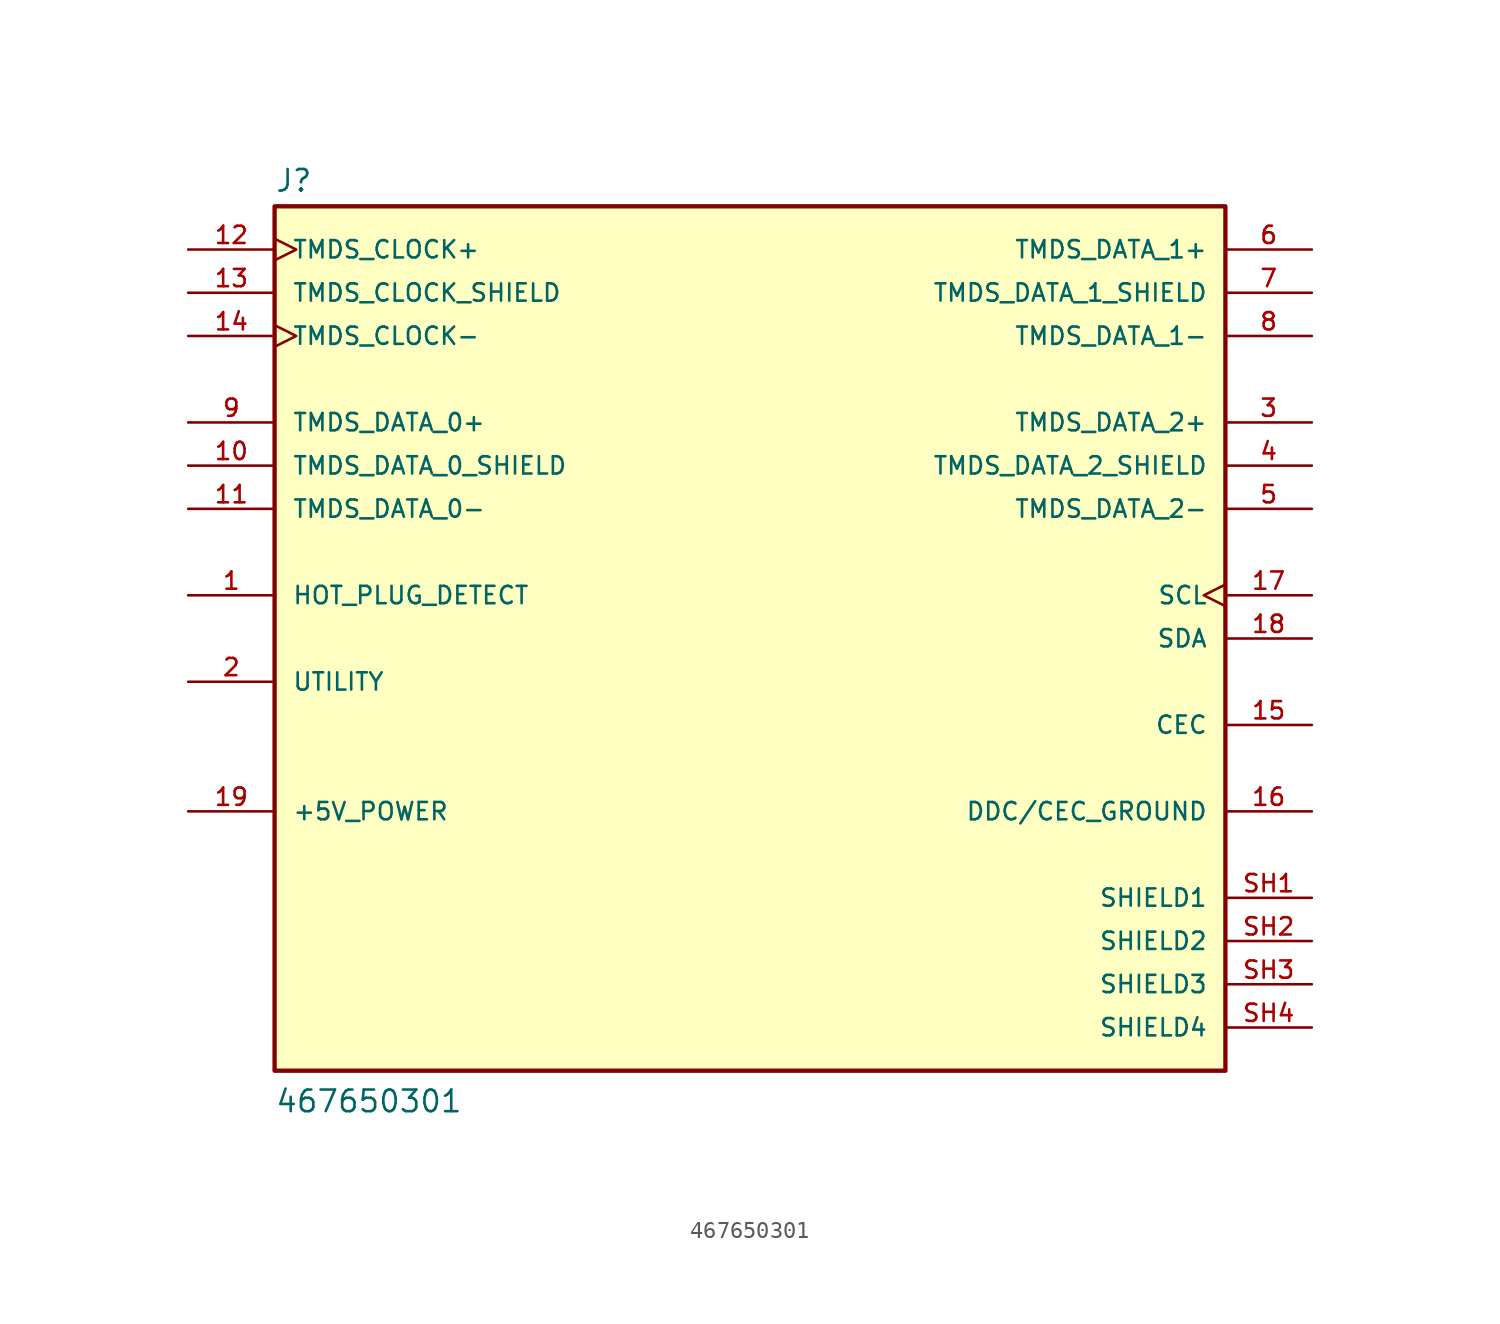
<source format=kicad_sym>
(kicad_symbol_lib
  (version 20211014)
  (generator kicad_symbol_editor)
  (symbol "467650301"
    (pin_names
      (offset 1.016))
    (property "Reference" "J"
      (at -27.94 26.162 0)
      (effects (font (size 1.27 1.27)) (justify bottom left)))
    (property "Value" "467650301"
      (at -27.94 -27.94 0)
      (effects (font (size 1.27 1.27)) (justify bottom left)))
    (symbol "467650301_0_0"
      (rectangle (start -27.94 -25.4) (end 27.94 25.4) (stroke (width 0.254)) (fill (type background)))
      (pin bidirectional line (at 33.02 12.7 180.0) (length 5.08) (name "TMDS_DATA_2+" (effects (font (size 1.016 1.016)))) (number "3" (effects (font (size 1.016 1.016)))))
      (pin passive line (at 33.02 10.16 180.0) (length 5.08) (name "TMDS_DATA_2_SHIELD" (effects (font (size 1.016 1.016)))) (number "4" (effects (font (size 1.016 1.016)))))
      (pin bidirectional line (at 33.02 7.62 180.0) (length 5.08) (name "TMDS_DATA_2-" (effects (font (size 1.016 1.016)))) (number "5" (effects (font (size 1.016 1.016)))))
      (pin bidirectional line (at 33.02 22.86 180.0) (length 5.08) (name "TMDS_DATA_1+" (effects (font (size 1.016 1.016)))) (number "6" (effects (font (size 1.016 1.016)))))
      (pin passive line (at 33.02 20.32 180.0) (length 5.08) (name "TMDS_DATA_1_SHIELD" (effects (font (size 1.016 1.016)))) (number "7" (effects (font (size 1.016 1.016)))))
      (pin bidirectional line (at 33.02 17.78 180.0) (length 5.08) (name "TMDS_DATA_1-" (effects (font (size 1.016 1.016)))) (number "8" (effects (font (size 1.016 1.016)))))
      (pin bidirectional line (at -33.02 12.7 0) (length 5.08) (name "TMDS_DATA_0+" (effects (font (size 1.016 1.016)))) (number "9" (effects (font (size 1.016 1.016)))))
      (pin passive line (at -33.02 10.16 0) (length 5.08) (name "TMDS_DATA_0_SHIELD" (effects (font (size 1.016 1.016)))) (number "10" (effects (font (size 1.016 1.016)))))
      (pin bidirectional line (at -33.02 7.62 0) (length 5.08) (name "TMDS_DATA_0-" (effects (font (size 1.016 1.016)))) (number "11" (effects (font (size 1.016 1.016)))))
      (pin bidirectional clock (at -33.02 22.86 0) (length 5.08) (name "TMDS_CLOCK+" (effects (font (size 1.016 1.016)))) (number "12" (effects (font (size 1.016 1.016)))))
      (pin passive line (at -33.02 20.32 0) (length 5.08) (name "TMDS_CLOCK_SHIELD" (effects (font (size 1.016 1.016)))) (number "13" (effects (font (size 1.016 1.016)))))
      (pin bidirectional clock (at -33.02 17.78 0) (length 5.08) (name "TMDS_CLOCK-" (effects (font (size 1.016 1.016)))) (number "14" (effects (font (size 1.016 1.016)))))
      (pin bidirectional line (at 33.02 -5.08 180.0) (length 5.08) (name "CEC" (effects (font (size 1.016 1.016)))) (number "15" (effects (font (size 1.016 1.016)))))
      (pin bidirectional clock (at 33.02 2.54 180.0) (length 5.08) (name "SCL" (effects (font (size 1.016 1.016)))) (number "17" (effects (font (size 1.016 1.016)))))
      (pin bidirectional line (at 33.02 0.0 180.0) (length 5.08) (name "SDA" (effects (font (size 1.016 1.016)))) (number "18" (effects (font (size 1.016 1.016)))))
      (pin power_in line (at 33.02 -10.16 180.0) (length 5.08) (name "DDC/CEC_GROUND" (effects (font (size 1.016 1.016)))) (number "16" (effects (font (size 1.016 1.016)))))
      (pin power_in line (at -33.02 -10.16 0) (length 5.08) (name "+5V_POWER" (effects (font (size 1.016 1.016)))) (number "19" (effects (font (size 1.016 1.016)))))
      (pin input line (at -33.02 2.54 0) (length 5.08) (name "HOT_PLUG_DETECT" (effects (font (size 1.016 1.016)))) (number "1" (effects (font (size 1.016 1.016)))))
      (pin passive line (at 33.02 -15.24 180.0) (length 5.08) (name "SHIELD1" (effects (font (size 1.016 1.016)))) (number "SH1" (effects (font (size 1.016 1.016)))))
      (pin passive line (at -33.02 -2.54 0) (length 5.08) (name "UTILITY" (effects (font (size 1.016 1.016)))) (number "2" (effects (font (size 1.016 1.016)))))
      (pin passive line (at 33.02 -17.78 180.0) (length 5.08) (name "SHIELD2" (effects (font (size 1.016 1.016)))) (number "SH2" (effects (font (size 1.016 1.016)))))
      (pin passive line (at 33.02 -20.32 180.0) (length 5.08) (name "SHIELD3" (effects (font (size 1.016 1.016)))) (number "SH3" (effects (font (size 1.016 1.016)))))
      (pin passive line (at 33.02 -22.86 180.0) (length 5.08) (name "SHIELD4" (effects (font (size 1.016 1.016)))) (number "SH4" (effects (font (size 1.016 1.016))))))))
</source>
